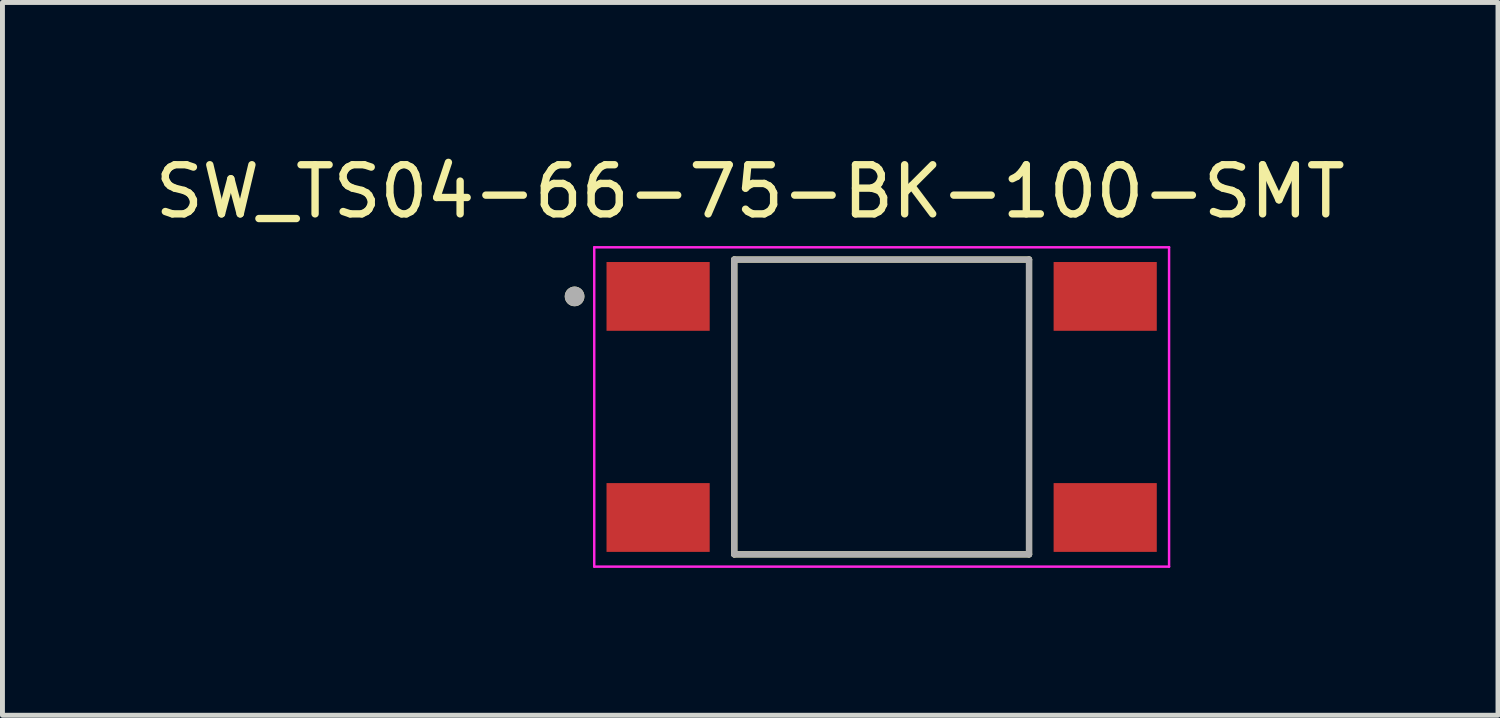
<source format=kicad_pcb>
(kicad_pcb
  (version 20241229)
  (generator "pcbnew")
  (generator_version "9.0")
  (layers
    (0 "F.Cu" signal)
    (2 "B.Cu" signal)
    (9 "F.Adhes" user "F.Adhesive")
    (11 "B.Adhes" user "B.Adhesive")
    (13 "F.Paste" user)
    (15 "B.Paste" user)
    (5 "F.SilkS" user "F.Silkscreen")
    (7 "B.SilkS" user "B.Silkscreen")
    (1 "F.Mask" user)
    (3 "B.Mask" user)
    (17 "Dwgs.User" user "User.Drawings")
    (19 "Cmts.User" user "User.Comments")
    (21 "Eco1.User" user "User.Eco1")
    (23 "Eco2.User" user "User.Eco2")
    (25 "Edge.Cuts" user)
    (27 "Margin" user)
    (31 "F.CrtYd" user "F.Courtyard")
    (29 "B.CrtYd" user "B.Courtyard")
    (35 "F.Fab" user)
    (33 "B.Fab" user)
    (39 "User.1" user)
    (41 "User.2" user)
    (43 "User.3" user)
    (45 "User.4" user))
  (footprint "SW_TS04-66-75-BK-100-SMT"
    (layer "F.Cu")
    (at 14.895 5.233)
    (property "Reference" "SW_TS04-66-75-BK-100-SMT" (at -2.675 -4.385 0) (layer "F.SilkS") (effects (font (size 1 1) (thickness 0.15))))
    (attr smd)
    (fp_line (start -3 -3) (end -3 3) (stroke (width 0.127) (type solid)) (layer "F.SilkS"))
    (fp_line (start -3 3) (end 3 3) (stroke (width 0.127) (type solid)) (layer "F.SilkS"))
    (fp_line (start 3 -3) (end -3 -3) (stroke (width 0.127) (type solid)) (layer "F.SilkS"))
    (fp_line (start 3 3) (end 3 -3) (stroke (width 0.127) (type solid)) (layer "F.SilkS"))
    (fp_circle (center -6.25 -2.25) (end -6.15 -2.25) (stroke (width 0.2) (type solid)) (fill no) (layer "F.SilkS"))
    (fp_line (start -5.85 -3.25) (end -5.85 3.25) (stroke (width 0.05) (type solid)) (layer "F.CrtYd"))
    (fp_line (start -5.85 3.25) (end 5.85 3.25) (stroke (width 0.05) (type solid)) (layer "F.CrtYd"))
    (fp_line (start 5.85 -3.25) (end -5.85 -3.25) (stroke (width 0.05) (type solid)) (layer "F.CrtYd"))
    (fp_line (start 5.85 3.25) (end 5.85 -3.25) (stroke (width 0.05) (type solid)) (layer "F.CrtYd"))
    (fp_line (start -3 -3) (end -3 3) (stroke (width 0.127) (type solid)) (layer "F.Fab"))
    (fp_line (start -3 3) (end 3 3) (stroke (width 0.127) (type solid)) (layer "F.Fab"))
    (fp_line (start 3 -3) (end -3 -3) (stroke (width 0.127) (type solid)) (layer "F.Fab"))
    (fp_line (start 3 3) (end 3 -3) (stroke (width 0.127) (type solid)) (layer "F.Fab"))
    (fp_circle (center -6.25 -2.25) (end -6.15 -2.25) (stroke (width 0.2) (type solid)) (fill no) (layer "F.Fab"))
    (pad "1" smd rect (at -4.55 -2.25) (size 2.1 1.4) (layers "F.Cu" "F.Mask" "F.Paste"))
    (pad "2" smd rect (at -4.55 2.25) (size 2.1 1.4) (layers "F.Cu" "F.Mask" "F.Paste"))
    (pad "3" smd rect (at 4.55 -2.25) (size 2.1 1.4) (layers "F.Cu" "F.Mask" "F.Paste"))
    (pad "4" smd rect (at 4.55 2.25) (size 2.1 1.4) (layers "F.Cu" "F.Mask" "F.Paste")))
  (gr_rect
    (start -3 -3)
    (end 27.44 11.508)
    (stroke (width 0.1) (type default))
    (fill no)
    (layer "Edge.Cuts")))
</source>
